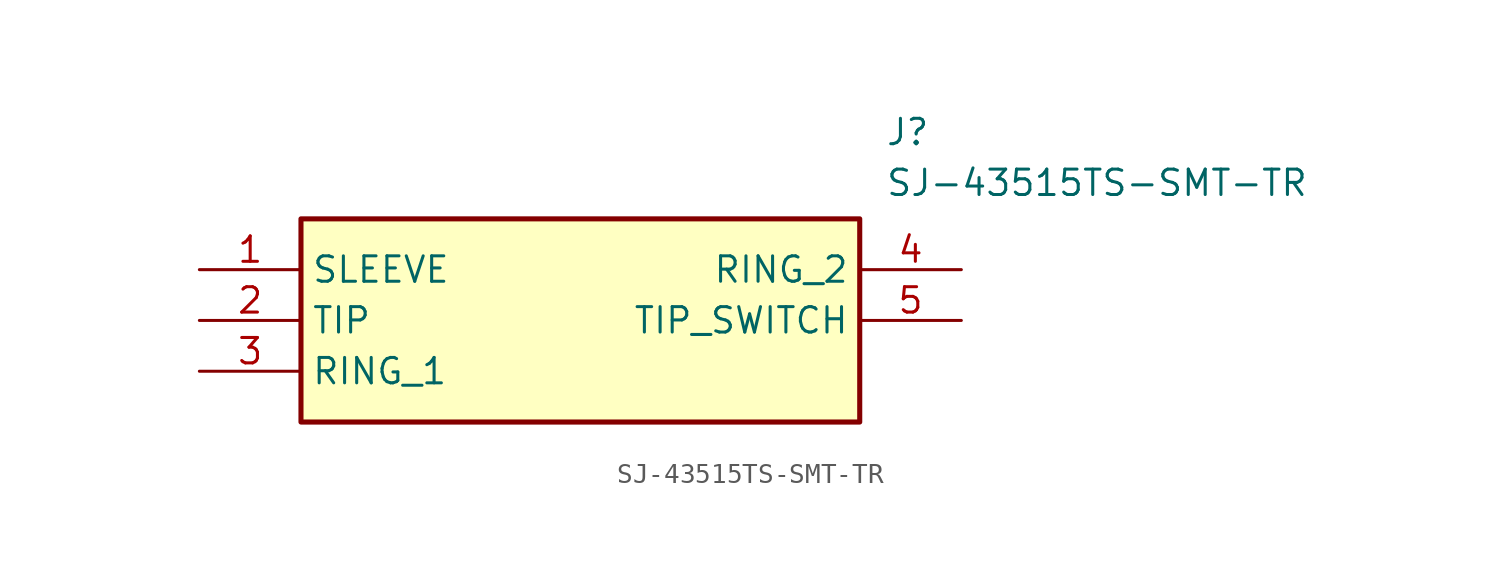
<source format=kicad_sym>
(kicad_symbol_lib
  (version 20211014)
  (generator SamacSys_ECAD_Model)
  (symbol "SJ-43515TS-SMT-TR"
    (property "Reference" "J"
      (at 34.29 7.62 0)
      (effects (font (size 1.27 1.27)) (justify left top)))
    (property "Value" "SJ-43515TS-SMT-TR"
      (at 34.29 5.08 0)
      (effects (font (size 1.27 1.27)) (justify left top)))
    (rectangle
      (start 5.08 2.54)
      (end 33.02 -7.62)
      (stroke (width 0.254) (type default))
      (fill (type background)))
    (pin passive line
      (at 0 0 0)
      (length 5.08)
      (name "SLEEVE" (effects (font (size 1.27 1.27))))
      (number "1" (effects (font (size 1.27 1.27)))))
    (pin passive line
      (at 0 -2.54 0)
      (length 5.08)
      (name "TIP" (effects (font (size 1.27 1.27))))
      (number "2" (effects (font (size 1.27 1.27)))))
    (pin passive line
      (at 0 -5.08 0)
      (length 5.08)
      (name "RING_1" (effects (font (size 1.27 1.27))))
      (number "3" (effects (font (size 1.27 1.27)))))
    (pin passive line
      (at 38.1 0 180)
      (length 5.08)
      (name "RING_2" (effects (font (size 1.27 1.27))))
      (number "4" (effects (font (size 1.27 1.27)))))
    (pin passive line
      (at 38.1 -2.54 180)
      (length 5.08)
      (name "TIP_SWITCH" (effects (font (size 1.27 1.27))))
      (number "5" (effects (font (size 1.27 1.27)))))))
</source>
